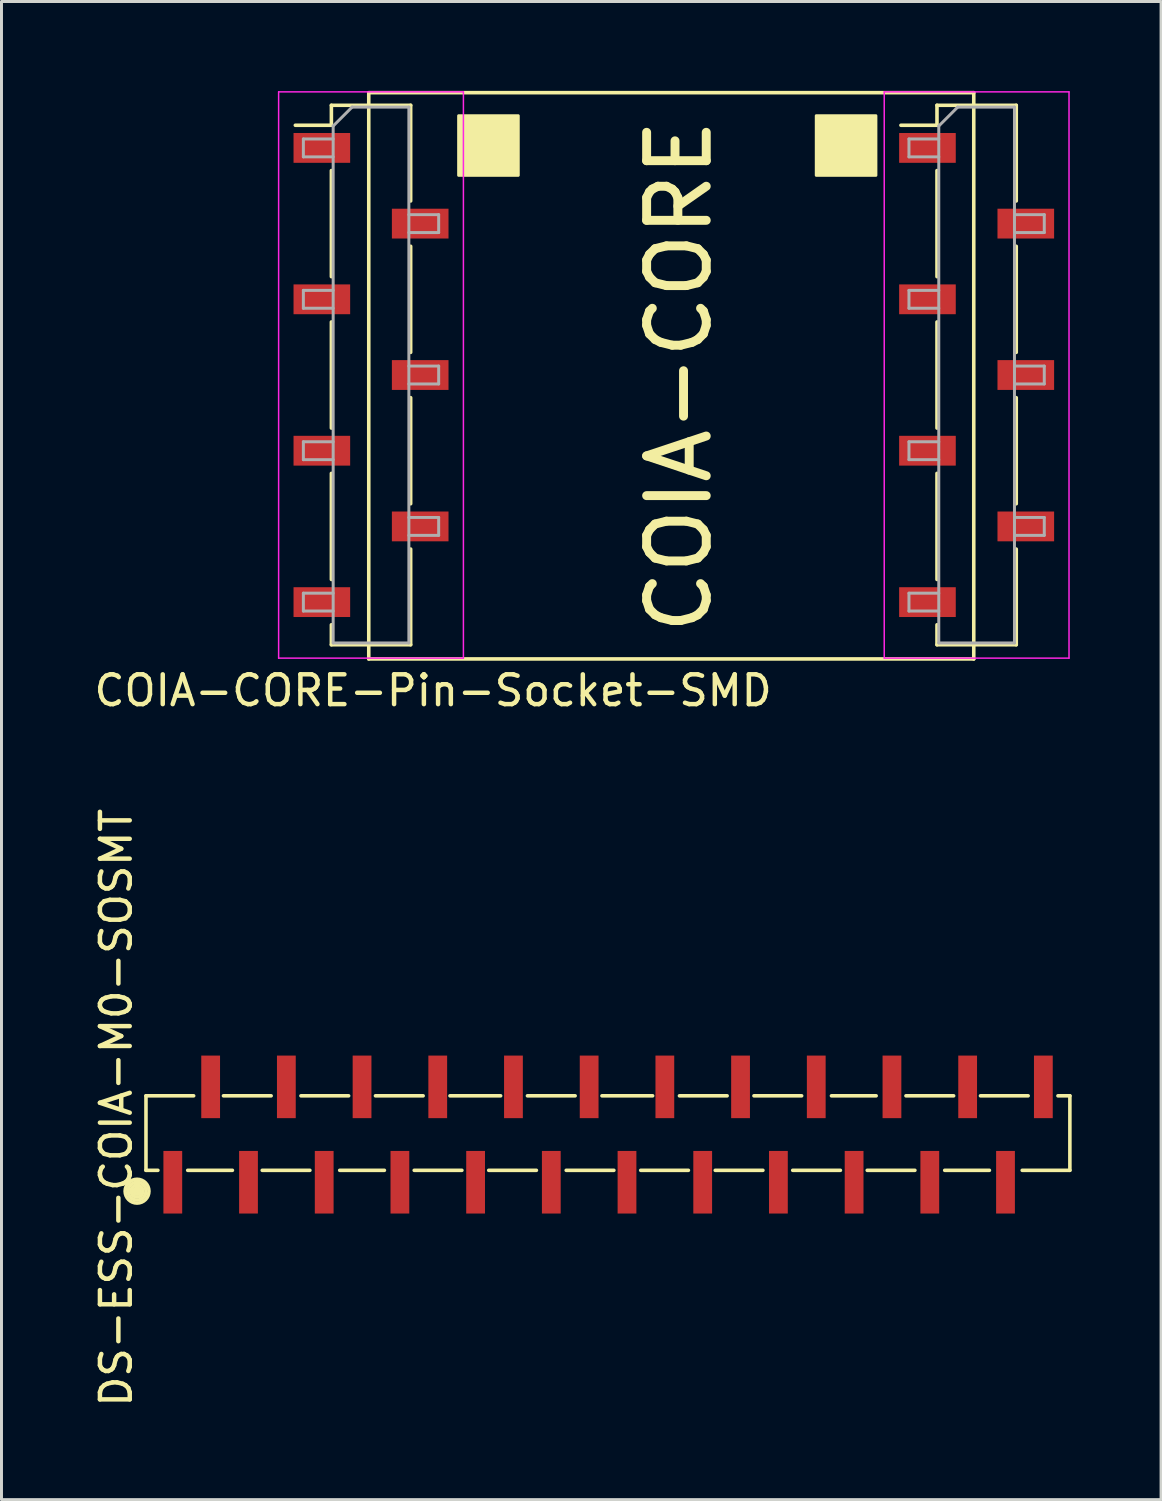
<source format=kicad_pcb>
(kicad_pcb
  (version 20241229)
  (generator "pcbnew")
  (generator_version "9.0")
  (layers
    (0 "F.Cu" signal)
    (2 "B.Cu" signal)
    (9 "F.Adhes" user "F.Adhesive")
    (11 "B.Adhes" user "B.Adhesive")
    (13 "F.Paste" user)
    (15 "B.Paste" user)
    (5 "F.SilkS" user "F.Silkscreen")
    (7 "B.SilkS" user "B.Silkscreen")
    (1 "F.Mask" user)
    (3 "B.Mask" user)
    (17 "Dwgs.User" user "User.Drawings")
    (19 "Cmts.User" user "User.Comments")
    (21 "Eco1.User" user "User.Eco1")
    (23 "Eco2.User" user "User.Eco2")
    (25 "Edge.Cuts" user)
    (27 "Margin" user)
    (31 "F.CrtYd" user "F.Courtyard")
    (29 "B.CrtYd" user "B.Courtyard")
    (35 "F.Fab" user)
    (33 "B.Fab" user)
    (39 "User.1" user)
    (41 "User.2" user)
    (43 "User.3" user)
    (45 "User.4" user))
  (footprint "COIA-CORE-Pin-Socket-SMD"
    (layer "F.Cu")
    (at 10.339 1.833)
    (property "Reference" "COIA-CORE-Pin-Socket-SMD" (at 1.143 18.288 0) (layer "F.SilkS") (effects (font (size 1 1) (thickness 0.15))))
    (attr through_hole)
    (fp_line (start -3.48 -0.68) (end -2.27 -0.68) (stroke (width 0.12) (type solid)) (layer "F.SilkS"))
    (fp_line (start -2.27 -1.35) (end -2.27 -0.68) (stroke (width 0.12) (type solid)) (layer "F.SilkS"))
    (fp_line (start -2.27 -1.35) (end 0.39 -1.35) (stroke (width 0.12) (type solid)) (layer "F.SilkS"))
    (fp_line (start -2.27 0.84) (end -2.27 4.4) (stroke (width 0.12) (type solid)) (layer "F.SilkS"))
    (fp_line (start -2.27 5.92) (end -2.27 9.48) (stroke (width 0.12) (type solid)) (layer "F.SilkS"))
    (fp_line (start -2.27 11) (end -2.27 14.56) (stroke (width 0.12) (type solid)) (layer "F.SilkS"))
    (fp_line (start -2.27 16.08) (end -2.27 16.75) (stroke (width 0.12) (type solid)) (layer "F.SilkS"))
    (fp_line (start -2.27 16.75) (end 0.39 16.75) (stroke (width 0.12) (type solid)) (layer "F.SilkS"))
    (fp_line (start -1.016 -1.773) (end -1.016 17.227) (stroke (width 0.12) (type solid)) (layer "F.SilkS"))
    (fp_line (start -1.016 -1.773) (end 19.284 -1.773) (stroke (width 0.12) (type solid)) (layer "F.SilkS"))
    (fp_line (start 0.39 -1.35) (end 0.39 1.86) (stroke (width 0.12) (type solid)) (layer "F.SilkS"))
    (fp_line (start 0.39 3.38) (end 0.39 6.94) (stroke (width 0.12) (type solid)) (layer "F.SilkS"))
    (fp_line (start 0.39 8.46) (end 0.39 12.02) (stroke (width 0.12) (type solid)) (layer "F.SilkS"))
    (fp_line (start 0.39 13.54) (end 0.39 16.75) (stroke (width 0.12) (type solid)) (layer "F.SilkS"))
    (fp_line (start 16.84 -0.68) (end 18.05 -0.68) (stroke (width 0.12) (type solid)) (layer "F.SilkS"))
    (fp_line (start 18.05 -1.35) (end 18.05 -0.68) (stroke (width 0.12) (type solid)) (layer "F.SilkS"))
    (fp_line (start 18.05 -1.35) (end 20.71 -1.35) (stroke (width 0.12) (type solid)) (layer "F.SilkS"))
    (fp_line (start 18.05 0.84) (end 18.05 4.4) (stroke (width 0.12) (type solid)) (layer "F.SilkS"))
    (fp_line (start 18.05 5.92) (end 18.05 9.48) (stroke (width 0.12) (type solid)) (layer "F.SilkS"))
    (fp_line (start 18.05 11) (end 18.05 14.56) (stroke (width 0.12) (type solid)) (layer "F.SilkS"))
    (fp_line (start 18.05 16.08) (end 18.05 16.75) (stroke (width 0.12) (type solid)) (layer "F.SilkS"))
    (fp_line (start 18.05 16.75) (end 20.71 16.75) (stroke (width 0.12) (type solid)) (layer "F.SilkS"))
    (fp_line (start 19.284 17.227) (end -1.016 17.227) (stroke (width 0.12) (type solid)) (layer "F.SilkS"))
    (fp_line (start 19.284 17.227) (end 19.284 -1.773) (stroke (width 0.12) (type solid)) (layer "F.SilkS"))
    (fp_line (start 20.71 -1.35) (end 20.71 1.86) (stroke (width 0.12) (type solid)) (layer "F.SilkS"))
    (fp_line (start 20.71 3.38) (end 20.71 6.94) (stroke (width 0.12) (type solid)) (layer "F.SilkS"))
    (fp_line (start 20.71 8.46) (end 20.71 12.02) (stroke (width 0.12) (type solid)) (layer "F.SilkS"))
    (fp_line (start 20.71 13.54) (end 20.71 16.75) (stroke (width 0.12) (type solid)) (layer "F.SilkS"))
    (fp_poly (pts (xy 4 1) (xy 2 1) (xy 2 -1) (xy 4 -1)) (stroke (width 0.1) (type solid)) (fill yes) (layer "F.SilkS"))
    (fp_poly (pts (xy 16 1) (xy 14 1) (xy 14 -1) (xy 16 -1)) (stroke (width 0.1) (type solid)) (fill yes) (layer "F.SilkS"))
    (fp_line (start -4.04 -1.8) (end 2.16 -1.8) (stroke (width 0.05) (type solid)) (layer "F.CrtYd"))
    (fp_line (start -4.04 17.2) (end -4.04 -1.8) (stroke (width 0.05) (type solid)) (layer "F.CrtYd"))
    (fp_line (start 2.16 -1.8) (end 2.16 17.2) (stroke (width 0.05) (type solid)) (layer "F.CrtYd"))
    (fp_line (start 2.16 17.2) (end -4.04 17.2) (stroke (width 0.05) (type solid)) (layer "F.CrtYd"))
    (fp_line (start 16.28 -1.8) (end 22.48 -1.8) (stroke (width 0.05) (type solid)) (layer "F.CrtYd"))
    (fp_line (start 16.28 17.2) (end 16.28 -1.8) (stroke (width 0.05) (type solid)) (layer "F.CrtYd"))
    (fp_line (start 22.48 -1.8) (end 22.48 17.2) (stroke (width 0.05) (type solid)) (layer "F.CrtYd"))
    (fp_line (start 22.48 17.2) (end 16.28 17.2) (stroke (width 0.05) (type solid)) (layer "F.CrtYd"))
    (fp_line (start -3.21 -0.22) (end -2.21 -0.22) (stroke (width 0.1) (type solid)) (layer "F.Fab"))
    (fp_line (start -3.21 0.38) (end -3.21 -0.22) (stroke (width 0.1) (type solid)) (layer "F.Fab"))
    (fp_line (start -3.21 4.86) (end -2.21 4.86) (stroke (width 0.1) (type solid)) (layer "F.Fab"))
    (fp_line (start -3.21 5.46) (end -3.21 4.86) (stroke (width 0.1) (type solid)) (layer "F.Fab"))
    (fp_line (start -3.21 9.94) (end -2.21 9.94) (stroke (width 0.1) (type solid)) (layer "F.Fab"))
    (fp_line (start -3.21 10.54) (end -3.21 9.94) (stroke (width 0.1) (type solid)) (layer "F.Fab"))
    (fp_line (start -3.21 15.02) (end -2.21 15.02) (stroke (width 0.1) (type solid)) (layer "F.Fab"))
    (fp_line (start -3.21 15.62) (end -3.21 15.02) (stroke (width 0.1) (type solid)) (layer "F.Fab"))
    (fp_line (start -2.21 -0.655) (end -1.575 -1.29) (stroke (width 0.1) (type solid)) (layer "F.Fab"))
    (fp_line (start -2.21 0.38) (end -3.21 0.38) (stroke (width 0.1) (type solid)) (layer "F.Fab"))
    (fp_line (start -2.21 5.46) (end -3.21 5.46) (stroke (width 0.1) (type solid)) (layer "F.Fab"))
    (fp_line (start -2.21 10.54) (end -3.21 10.54) (stroke (width 0.1) (type solid)) (layer "F.Fab"))
    (fp_line (start -2.21 15.62) (end -3.21 15.62) (stroke (width 0.1) (type solid)) (layer "F.Fab"))
    (fp_line (start -2.21 16.69) (end -2.21 -0.655) (stroke (width 0.1) (type solid)) (layer "F.Fab"))
    (fp_line (start -1.575 -1.29) (end 0.33 -1.29) (stroke (width 0.1) (type solid)) (layer "F.Fab"))
    (fp_line (start 0.33 -1.29) (end 0.33 16.69) (stroke (width 0.1) (type solid)) (layer "F.Fab"))
    (fp_line (start 0.33 2.32) (end 1.33 2.32) (stroke (width 0.1) (type solid)) (layer "F.Fab"))
    (fp_line (start 0.33 7.4) (end 1.33 7.4) (stroke (width 0.1) (type solid)) (layer "F.Fab"))
    (fp_line (start 0.33 12.48) (end 1.33 12.48) (stroke (width 0.1) (type solid)) (layer "F.Fab"))
    (fp_line (start 0.33 16.69) (end -2.21 16.69) (stroke (width 0.1) (type solid)) (layer "F.Fab"))
    (fp_line (start 1.33 2.32) (end 1.33 2.92) (stroke (width 0.1) (type solid)) (layer "F.Fab"))
    (fp_line (start 1.33 2.92) (end 0.33 2.92) (stroke (width 0.1) (type solid)) (layer "F.Fab"))
    (fp_line (start 1.33 7.4) (end 1.33 8) (stroke (width 0.1) (type solid)) (layer "F.Fab"))
    (fp_line (start 1.33 8) (end 0.33 8) (stroke (width 0.1) (type solid)) (layer "F.Fab"))
    (fp_line (start 1.33 12.48) (end 1.33 13.08) (stroke (width 0.1) (type solid)) (layer "F.Fab"))
    (fp_line (start 1.33 13.08) (end 0.33 13.08) (stroke (width 0.1) (type solid)) (layer "F.Fab"))
    (fp_line (start 17.11 -0.22) (end 18.11 -0.22) (stroke (width 0.1) (type solid)) (layer "F.Fab"))
    (fp_line (start 17.11 0.38) (end 17.11 -0.22) (stroke (width 0.1) (type solid)) (layer "F.Fab"))
    (fp_line (start 17.11 4.86) (end 18.11 4.86) (stroke (width 0.1) (type solid)) (layer "F.Fab"))
    (fp_line (start 17.11 5.46) (end 17.11 4.86) (stroke (width 0.1) (type solid)) (layer "F.Fab"))
    (fp_line (start 17.11 9.94) (end 18.11 9.94) (stroke (width 0.1) (type solid)) (layer "F.Fab"))
    (fp_line (start 17.11 10.54) (end 17.11 9.94) (stroke (width 0.1) (type solid)) (layer "F.Fab"))
    (fp_line (start 17.11 15.02) (end 18.11 15.02) (stroke (width 0.1) (type solid)) (layer "F.Fab"))
    (fp_line (start 17.11 15.62) (end 17.11 15.02) (stroke (width 0.1) (type solid)) (layer "F.Fab"))
    (fp_line (start 18.11 -0.655) (end 18.745 -1.29) (stroke (width 0.1) (type solid)) (layer "F.Fab"))
    (fp_line (start 18.11 0.38) (end 17.11 0.38) (stroke (width 0.1) (type solid)) (layer "F.Fab"))
    (fp_line (start 18.11 5.46) (end 17.11 5.46) (stroke (width 0.1) (type solid)) (layer "F.Fab"))
    (fp_line (start 18.11 10.54) (end 17.11 10.54) (stroke (width 0.1) (type solid)) (layer "F.Fab"))
    (fp_line (start 18.11 15.62) (end 17.11 15.62) (stroke (width 0.1) (type solid)) (layer "F.Fab"))
    (fp_line (start 18.11 16.69) (end 18.11 -0.655) (stroke (width 0.1) (type solid)) (layer "F.Fab"))
    (fp_line (start 18.745 -1.29) (end 20.65 -1.29) (stroke (width 0.1) (type solid)) (layer "F.Fab"))
    (fp_line (start 20.65 -1.29) (end 20.65 16.69) (stroke (width 0.1) (type solid)) (layer "F.Fab"))
    (fp_line (start 20.65 2.32) (end 21.65 2.32) (stroke (width 0.1) (type solid)) (layer "F.Fab"))
    (fp_line (start 20.65 7.4) (end 21.65 7.4) (stroke (width 0.1) (type solid)) (layer "F.Fab"))
    (fp_line (start 20.65 12.48) (end 21.65 12.48) (stroke (width 0.1) (type solid)) (layer "F.Fab"))
    (fp_line (start 20.65 16.69) (end 18.11 16.69) (stroke (width 0.1) (type solid)) (layer "F.Fab"))
    (fp_line (start 21.65 2.32) (end 21.65 2.92) (stroke (width 0.1) (type solid)) (layer "F.Fab"))
    (fp_line (start 21.65 2.92) (end 20.65 2.92) (stroke (width 0.1) (type solid)) (layer "F.Fab"))
    (fp_line (start 21.65 7.4) (end 21.65 8) (stroke (width 0.1) (type solid)) (layer "F.Fab"))
    (fp_line (start 21.65 8) (end 20.65 8) (stroke (width 0.1) (type solid)) (layer "F.Fab"))
    (fp_line (start 21.65 12.48) (end 21.65 13.08) (stroke (width 0.1) (type solid)) (layer "F.Fab"))
    (fp_line (start 21.65 13.08) (end 20.65 13.08) (stroke (width 0.1) (type solid)) (layer "F.Fab"))
    (fp_text user "COIA-CORE" (at 9.398 7.747 90) (layer "F.SilkS") (effects (font (size 2 2) (thickness 0.3))))
    (pad "1" smd rect (at -2.59 0.08) (size 1.9 1) (layers "F.Cu" "F.Mask" "F.Paste"))
    (pad "2" smd rect (at 0.71 2.62) (size 1.9 1) (layers "F.Cu" "F.Mask" "F.Paste"))
    (pad "3" smd rect (at -2.59 5.16) (size 1.9 1) (layers "F.Cu" "F.Mask" "F.Paste"))
    (pad "4" smd rect (at 0.71 7.7) (size 1.9 1) (layers "F.Cu" "F.Mask" "F.Paste"))
    (pad "5" smd rect (at -2.59 10.24) (size 1.9 1) (layers "F.Cu" "F.Mask" "F.Paste"))
    (pad "6" smd rect (at 0.71 12.78) (size 1.9 1) (layers "F.Cu" "F.Mask" "F.Paste"))
    (pad "7" smd rect (at -2.59 15.32) (size 1.9 1) (layers "F.Cu" "F.Mask" "F.Paste"))
    (pad "8" smd rect (at 17.73 15.32) (size 1.9 1) (layers "F.Cu" "F.Mask" "F.Paste"))
    (pad "9" smd rect (at 21.03 12.78) (size 1.9 1) (layers "F.Cu" "F.Mask" "F.Paste"))
    (pad "10" smd rect (at 17.73 10.24) (size 1.9 1) (layers "F.Cu" "F.Mask" "F.Paste"))
    (pad "11" smd rect (at 21.03 7.7) (size 1.9 1) (layers "F.Cu" "F.Mask" "F.Paste"))
    (pad "12" smd rect (at 17.73 5.16) (size 1.9 1) (layers "F.Cu" "F.Mask" "F.Paste"))
    (pad "13" smd rect (at 21.03 2.62) (size 1.9 1) (layers "F.Cu" "F.Mask" "F.Paste"))
    (pad "14" smd rect (at 17.73 0.08) (size 1.9 1) (layers "F.Cu" "F.Mask" "F.Paste")))
  (footprint "DS-ESS-COIA-M0-SOSMT"
    (layer "F.Cu")
    (at 2.748 36.618)
    (property "Reference" "DS-ESS-COIA-M0-SOSMT" (at -1.9 -2.5 270) (layer "F.SilkS") (effects (font (size 1 1) (thickness 0.15))))
    (attr through_hole)
    (fp_line (start -1.4 0.3) (end -1.1 0.3) (stroke (width 0.12) (type solid)) (layer "F.SilkS"))
    (fp_line (start -0.9 -2.9) (end -0.9 -0.4) (stroke (width 0.12) (type solid)) (layer "F.SilkS"))
    (fp_line (start -0.9 -0.4) (end -0.5 -0.4) (stroke (width 0.12) (type solid)) (layer "F.SilkS"))
    (fp_line (start 0.5 -0.4) (end 2 -0.4) (stroke (width 0.12) (type solid)) (layer "F.SilkS"))
    (fp_line (start 0.7 -2.9) (end -0.9 -2.9) (stroke (width 0.12) (type solid)) (layer "F.SilkS"))
    (fp_line (start 3 -0.4) (end 4.6 -0.4) (stroke (width 0.12) (type solid)) (layer "F.SilkS"))
    (fp_line (start 3.3 -2.9) (end 1.7 -2.9) (stroke (width 0.12) (type solid)) (layer "F.SilkS"))
    (fp_line (start 5.6 -0.4) (end 7.1 -0.4) (stroke (width 0.12) (type solid)) (layer "F.SilkS"))
    (fp_line (start 5.9 -2.9) (end 4.3 -2.9) (stroke (width 0.12) (type solid)) (layer "F.SilkS"))
    (fp_line (start 8.1 -0.4) (end 9.7 -0.4) (stroke (width 0.12) (type solid)) (layer "F.SilkS"))
    (fp_line (start 8.4 -2.9) (end 6.8 -2.9) (stroke (width 0.12) (type solid)) (layer "F.SilkS"))
    (fp_line (start 10.6 -0.4) (end 12.2 -0.4) (stroke (width 0.12) (type solid)) (layer "F.SilkS"))
    (fp_line (start 11 -2.9) (end 9.3 -2.9) (stroke (width 0.12) (type solid)) (layer "F.SilkS"))
    (fp_line (start 13.2 -0.4) (end 14.8 -0.4) (stroke (width 0.12) (type solid)) (layer "F.SilkS"))
    (fp_line (start 13.5 -2.9) (end 11.9 -2.9) (stroke (width 0.12) (type solid)) (layer "F.SilkS"))
    (fp_line (start 15.7 -0.4) (end 17.3 -0.4) (stroke (width 0.12) (type solid)) (layer "F.SilkS"))
    (fp_line (start 16.1 -2.9) (end 14.4 -2.9) (stroke (width 0.12) (type solid)) (layer "F.SilkS"))
    (fp_line (start 18.2 -0.4) (end 19.8 -0.4) (stroke (width 0.12) (type solid)) (layer "F.SilkS"))
    (fp_line (start 18.6 -2.9) (end 17 -2.9) (stroke (width 0.12) (type solid)) (layer "F.SilkS"))
    (fp_line (start 20.8 -0.4) (end 22.4 -0.4) (stroke (width 0.12) (type solid)) (layer "F.SilkS"))
    (fp_line (start 21.1 -2.9) (end 19.5 -2.9) (stroke (width 0.12) (type solid)) (layer "F.SilkS"))
    (fp_line (start 23.3 -0.4) (end 24.9 -0.4) (stroke (width 0.12) (type solid)) (layer "F.SilkS"))
    (fp_line (start 23.6 -2.9) (end 22.1 -2.9) (stroke (width 0.12) (type solid)) (layer "F.SilkS"))
    (fp_line (start 25.9 -0.4) (end 27.4 -0.4) (stroke (width 0.12) (type solid)) (layer "F.SilkS"))
    (fp_line (start 26.2 -2.9) (end 24.6 -2.9) (stroke (width 0.12) (type solid)) (layer "F.SilkS"))
    (fp_line (start 28.5 -0.4) (end 30.1 -0.4) (stroke (width 0.12) (type solid)) (layer "F.SilkS"))
    (fp_line (start 28.7 -2.9) (end 27.1 -2.9) (stroke (width 0.12) (type solid)) (layer "F.SilkS"))
    (fp_line (start 30.1 -2.9) (end 29.7 -2.9) (stroke (width 0.12) (type solid)) (layer "F.SilkS"))
    (fp_line (start 30.1 -0.4) (end 30.1 -2.9) (stroke (width 0.12) (type solid)) (layer "F.SilkS"))
    (fp_circle (center -1.2 0.3) (end -1.2 -0.1) (stroke (width 0.12) (type solid)) (fill no) (layer "F.SilkS"))
    (fp_circle (center -1.2 0.3) (end -1.2 0) (stroke (width 0.12) (type solid)) (fill no) (layer "F.SilkS"))
    (fp_circle (center -1.2 0.3) (end -1.2 0.1) (stroke (width 0.12) (type solid)) (fill no) (layer "F.SilkS"))
    (fp_circle (center -1.2 0.3) (end -1.2 0.2) (stroke (width 0.12) (type solid)) (fill no) (layer "F.SilkS"))
    (fp_circle (center -1.2 0.3) (end -1.2 0.2) (stroke (width 0.12) (type solid)) (fill no) (layer "F.SilkS"))
    (pad "1" smd rect (at 0 0) (size 0.63 2.1) (layers "F.Cu" "F.Mask" "F.Paste"))
    (pad "2" smd rect (at 1.27 -3.2) (size 0.63 2.1) (layers "F.Cu" "F.Mask" "F.Paste"))
    (pad "3" smd rect (at 2.54 0) (size 0.63 2.1) (layers "F.Cu" "F.Mask" "F.Paste"))
    (pad "4" smd rect (at 3.81 -3.2) (size 0.63 2.1) (layers "F.Cu" "F.Mask" "F.Paste"))
    (pad "5" smd rect (at 5.08 0) (size 0.63 2.1) (layers "F.Cu" "F.Mask" "F.Paste"))
    (pad "6" smd rect (at 6.35 -3.2) (size 0.63 2.1) (layers "F.Cu" "F.Mask" "F.Paste"))
    (pad "7" smd rect (at 7.62 0) (size 0.63 2.1) (layers "F.Cu" "F.Mask" "F.Paste"))
    (pad "8" smd rect (at 8.89 -3.2) (size 0.63 2.1) (layers "F.Cu" "F.Mask" "F.Paste"))
    (pad "9" smd rect (at 10.16 0) (size 0.63 2.1) (layers "F.Cu" "F.Mask" "F.Paste"))
    (pad "10" smd rect (at 11.43 -3.2) (size 0.63 2.1) (layers "F.Cu" "F.Mask" "F.Paste"))
    (pad "11" smd rect (at 12.7 0) (size 0.63 2.1) (layers "F.Cu" "F.Mask" "F.Paste"))
    (pad "12" smd rect (at 13.97 -3.2) (size 0.63 2.1) (layers "F.Cu" "F.Mask" "F.Paste"))
    (pad "13" smd rect (at 15.24 0) (size 0.63 2.1) (layers "F.Cu" "F.Mask" "F.Paste"))
    (pad "14" smd rect (at 16.51 -3.2) (size 0.63 2.1) (layers "F.Cu" "F.Mask" "F.Paste"))
    (pad "15" smd rect (at 17.78 0) (size 0.63 2.1) (layers "F.Cu" "F.Mask" "F.Paste"))
    (pad "16" smd rect (at 19.05 -3.2) (size 0.63 2.1) (layers "F.Cu" "F.Mask" "F.Paste"))
    (pad "17" smd rect (at 20.32 0) (size 0.63 2.1) (layers "F.Cu" "F.Mask" "F.Paste"))
    (pad "18" smd rect (at 21.59 -3.2) (size 0.63 2.1) (layers "F.Cu" "F.Mask" "F.Paste"))
    (pad "19" smd rect (at 22.86 0) (size 0.63 2.1) (layers "F.Cu" "F.Mask" "F.Paste"))
    (pad "20" smd rect (at 24.13 -3.2) (size 0.63 2.1) (layers "F.Cu" "F.Mask" "F.Paste"))
    (pad "21" smd rect (at 25.4 0) (size 0.63 2.1) (layers "F.Cu" "F.Mask" "F.Paste"))
    (pad "22" smd rect (at 26.67 -3.2) (size 0.63 2.1) (layers "F.Cu" "F.Mask" "F.Paste"))
    (pad "23" smd rect (at 27.94 0) (size 0.63 2.1) (layers "F.Cu" "F.Mask" "F.Paste"))
    (pad "24" smd rect (at 29.21 -3.2) (size 0.63 2.1) (layers "F.Cu" "F.Mask" "F.Paste")))
  (gr_rect
    (start -3 -3)
    (end 35.908 47.267)
    (stroke (width 0.1) (type default))
    (fill no)
    (layer "Edge.Cuts")))
</source>
